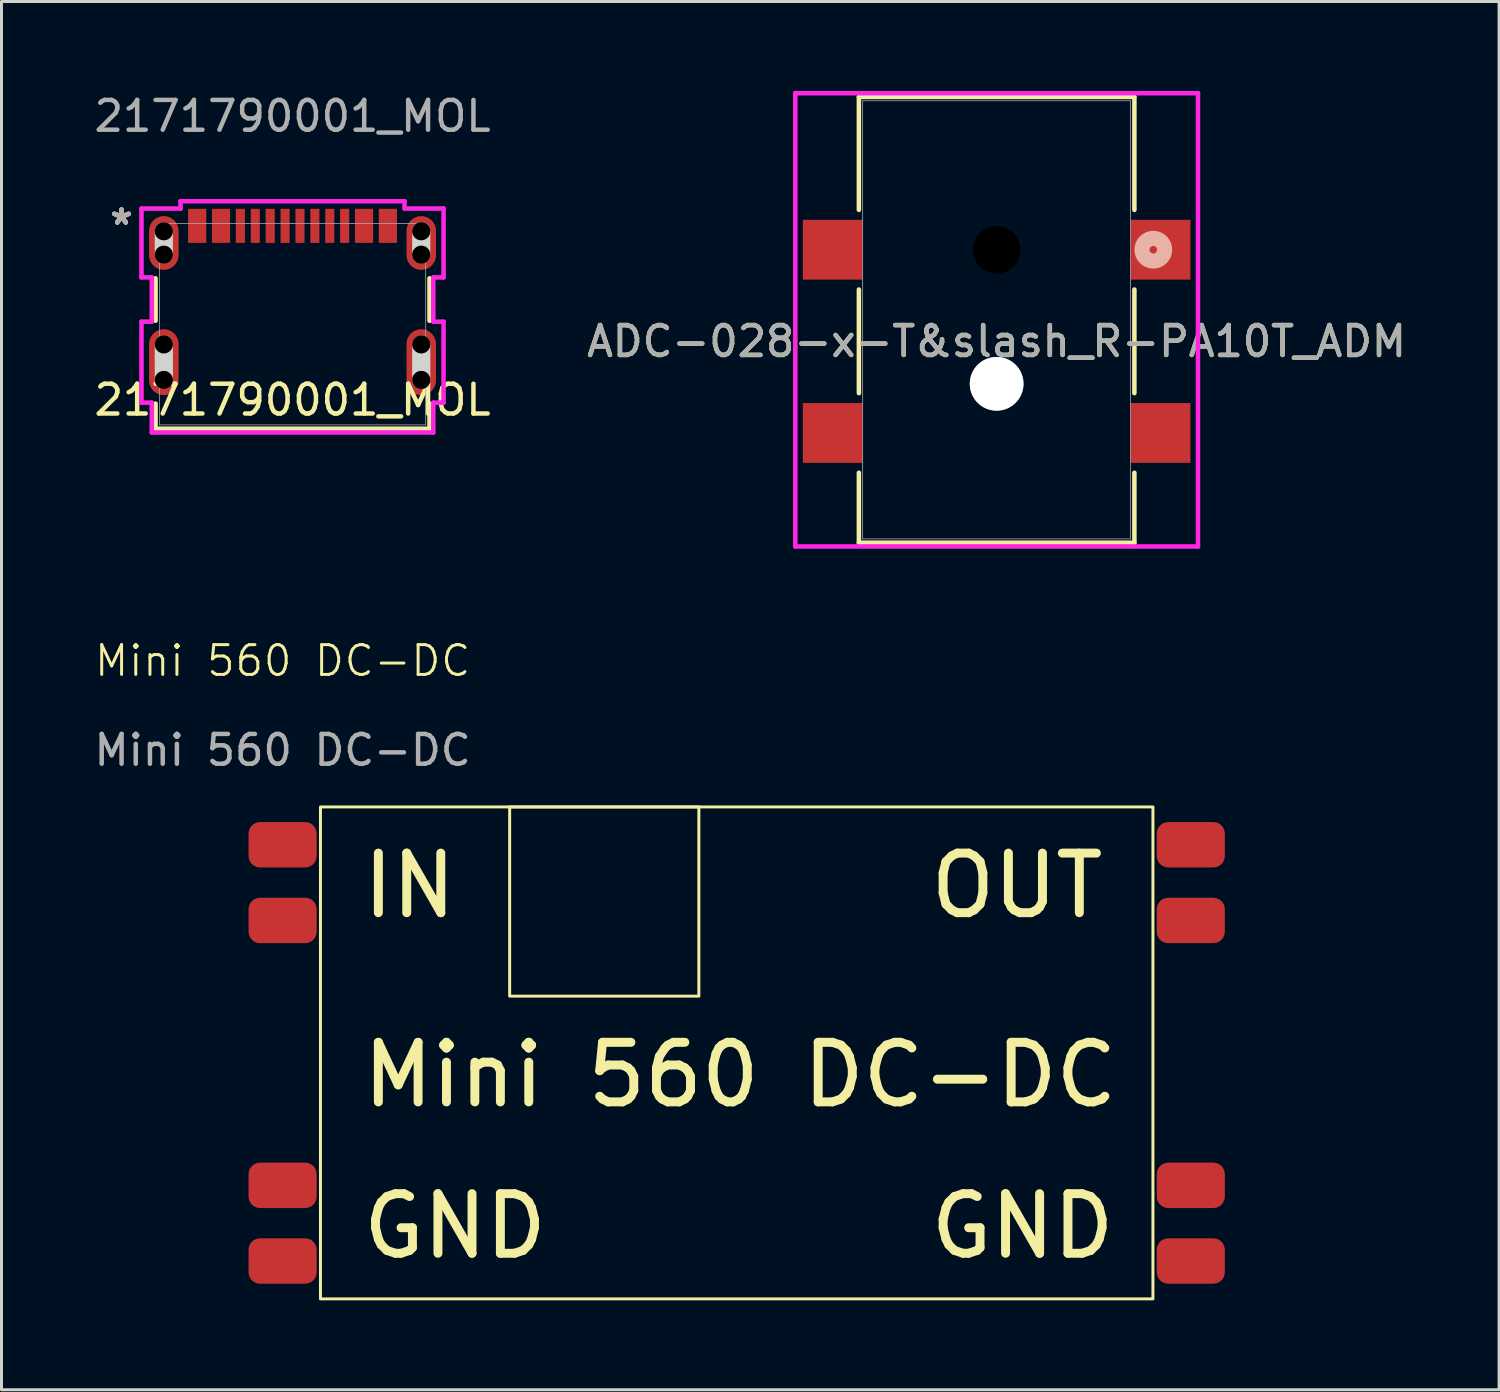
<source format=kicad_pcb>
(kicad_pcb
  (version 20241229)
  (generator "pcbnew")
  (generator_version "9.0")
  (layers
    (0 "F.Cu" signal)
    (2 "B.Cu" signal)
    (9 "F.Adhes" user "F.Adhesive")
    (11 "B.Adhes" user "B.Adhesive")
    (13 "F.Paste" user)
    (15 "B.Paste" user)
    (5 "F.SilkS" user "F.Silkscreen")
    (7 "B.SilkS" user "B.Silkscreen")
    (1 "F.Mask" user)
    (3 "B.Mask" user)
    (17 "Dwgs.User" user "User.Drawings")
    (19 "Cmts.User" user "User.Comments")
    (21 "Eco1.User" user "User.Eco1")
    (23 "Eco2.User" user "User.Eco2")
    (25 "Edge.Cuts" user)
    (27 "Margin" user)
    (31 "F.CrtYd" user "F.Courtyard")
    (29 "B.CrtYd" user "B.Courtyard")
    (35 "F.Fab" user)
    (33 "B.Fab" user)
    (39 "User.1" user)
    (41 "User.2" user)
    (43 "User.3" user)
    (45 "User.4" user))
  (footprint "Mini 560 DC-DC"
    (layer "F.Cu")
    (at 6.435 25.302)
    (property "Reference" "Mini 560 DC-DC" (at 0 -6.175 0) (unlocked yes) (layer "F.SilkS") (effects (font (size 1 1) (thickness 0.1))))
    (attr smd)
    (fp_rect (start 1.27 -1.27) (end 29.21 15.24) (stroke (width 0.1) (type default)) (fill no) (layer "F.SilkS"))
    (fp_rect (start 7.62 -1.27) (end 13.97 5.08) (stroke (width 0.1) (type default)) (fill no) (layer "F.SilkS"))
    (fp_text user "OUT" (at 21.59 2.54 0) (unlocked yes) (layer "F.SilkS") (effects (font (size 2 2) (thickness 0.3)) (justify left bottom)))
    (fp_text user "GND" (at 21.59 13.97 0) (unlocked yes) (layer "F.SilkS") (effects (font (size 2 2) (thickness 0.3)) (justify left bottom)))
    (fp_text user "IN" (at 2.54 2.54 0) (unlocked yes) (layer "F.SilkS") (effects (font (size 2 2) (thickness 0.3)) (justify left bottom)))
    (fp_text user "GND" (at 2.54 13.97 0) (unlocked yes) (layer "F.SilkS") (effects (font (size 2 2) (thickness 0.3)) (justify left bottom)))
    (fp_text user "Mini 560 DC-DC" (at 2.54 8.89 0) (unlocked yes) (layer "F.SilkS") (effects (font (size 2 2) (thickness 0.3)) (justify left bottom)))
    (fp_text user "${REFERENCE}" (at 0 -3.175 0) (unlocked yes) (layer "F.Fab") (effects (font (size 1 1) (thickness 0.15))))
    (pad "1" smd roundrect (at 0 0) (size 2.286 1.524) (layers "F.Cu" "F.Mask" "F.Paste") (roundrect_rratio 0.25))
    (pad "2" smd roundrect (at 0 2.54) (size 2.286 1.524) (layers "F.Cu" "F.Mask" "F.Paste") (roundrect_rratio 0.25))
    (pad "3" smd roundrect (at 0 11.43) (size 2.286 1.524) (layers "F.Cu" "F.Mask" "F.Paste") (roundrect_rratio 0.25))
    (pad "4" smd roundrect (at 0 13.97) (size 2.286 1.524) (layers "F.Cu" "F.Mask" "F.Paste") (roundrect_rratio 0.25))
    (pad "5" smd roundrect (at 30.48 13.97) (size 2.286 1.524) (layers "F.Cu" "F.Mask" "F.Paste") (roundrect_rratio 0.25))
    (pad "6" smd roundrect (at 30.48 11.43) (size 2.286 1.524) (layers "F.Cu" "F.Mask" "F.Paste") (roundrect_rratio 0.25))
    (pad "7" smd roundrect (at 30.48 2.54) (size 2.286 1.524) (layers "F.Cu" "F.Mask" "F.Paste") (roundrect_rratio 0.25))
    (pad "8" smd roundrect (at 30.48 0) (size 2.286 1.524) (layers "F.Cu" "F.Mask" "F.Paste") (roundrect_rratio 0.25)))
  (footprint "ADC-028-x-T&slash_R-PA10T_ADM"
    (layer "F.Cu")
    (at 30.399 7.684)
    (property "Reference" "ADC-028-x-T&slash_R-PA10T_ADM" (at 0 0.722 0) (unlocked yes) (layer "F.SilkS") (effects (font (size 1 1) (thickness 0.15))))
    (attr smd)
    (fp_line (start -4.623 -7.48) (end -4.623 -3.689) (stroke (width 0.152) (type solid)) (layer "F.SilkS"))
    (fp_line (start -4.623 -1.017) (end -4.623 2.461) (stroke (width 0.152) (type solid)) (layer "F.SilkS"))
    (fp_line (start -4.623 5.133) (end -4.623 7.48) (stroke (width 0.152) (type solid)) (layer "F.SilkS"))
    (fp_line (start -4.623 7.48) (end 4.623 7.48) (stroke (width 0.152) (type solid)) (layer "F.SilkS"))
    (fp_line (start 4.623 -7.48) (end -4.623 -7.48) (stroke (width 0.152) (type solid)) (layer "F.SilkS"))
    (fp_line (start 4.623 -3.689) (end 4.623 -7.48) (stroke (width 0.152) (type solid)) (layer "F.SilkS"))
    (fp_line (start 4.623 2.461) (end 4.623 -1.017) (stroke (width 0.152) (type solid)) (layer "F.SilkS"))
    (fp_line (start 4.623 7.48) (end 4.623 5.133) (stroke (width 0.152) (type solid)) (layer "F.SilkS"))
    (fp_circle (center 5.258 -2.353) (end 5.639 -2.353) (stroke (width 0.508) (type solid)) (fill no) (layer "B.SilkS"))
    (fp_line (start -6.757 -7.607) (end -6.757 7.607) (stroke (width 0.152) (type solid)) (layer "F.CrtYd"))
    (fp_line (start -6.757 7.607) (end 6.757 7.607) (stroke (width 0.152) (type solid)) (layer "F.CrtYd"))
    (fp_line (start 6.757 -7.607) (end -6.757 -7.607) (stroke (width 0.152) (type solid)) (layer "F.CrtYd"))
    (fp_line (start 6.757 7.607) (end 6.757 -7.607) (stroke (width 0.152) (type solid)) (layer "F.CrtYd"))
    (fp_line (start -4.496 -7.353) (end -4.496 7.353) (stroke (width 0.025) (type solid)) (layer "F.Fab"))
    (fp_line (start -4.496 7.353) (end 4.496 7.353) (stroke (width 0.025) (type solid)) (layer "F.Fab"))
    (fp_line (start 4.496 -7.353) (end -4.496 -7.353) (stroke (width 0.025) (type solid)) (layer "F.Fab"))
    (fp_line (start 4.496 7.353) (end 4.496 -7.353) (stroke (width 0.025) (type solid)) (layer "F.Fab"))
    (fp_text user "${REFERENCE}" (at 0 0.722 0) (unlocked yes) (layer "F.Fab") (effects (font (size 1 1) (thickness 0.15))))
    (pad "" np_thru_hole circle (at 0 -2.353) (size 1.6 1.6) (drill 1.6) (layers))
    (pad "1A" smd rect (at 5.5 -2.353) (size 2.007 2.007) (layers "F.Cu" "F.Mask" "F.Paste"))
    (pad "1B" smd rect (at 5.5 3.797) (size 2.007 2.007) (layers "F.Cu" "F.Mask" "F.Paste"))
    (pad "2" smd rect (at -5.5 -2.353) (size 2.007 2.007) (layers "F.Cu" "F.Mask" "F.Paste"))
    (pad "3" smd rect (at -5.5 3.797) (size 2.007 2.007) (layers "F.Cu" "F.Mask" "F.Paste"))
    (pad "M2" thru_hole circle (at 0 2.147) (size 1.803 1.803) (drill 1.803) (layers "*.Cu" "*.Mask")))
  (footprint "2171790001_MOL"
    (layer "F.Cu")
    (at 6.768 7.833)
    (property "Reference" "2171790001_MOL" (at 0 2.54 0) (unlocked yes) (layer "F.SilkS") (effects (font (size 1 1) (thickness 0.15))))
    (attr smd)
    (fp_line (start -4.597 -1.542) (end -4.597 -0.118) (stroke (width 0.152) (type solid)) (layer "F.SilkS"))
    (fp_line (start -4.597 2.662) (end -4.597 3.505) (stroke (width 0.152) (type solid)) (layer "F.SilkS"))
    (fp_line (start -4.597 3.505) (end 4.597 3.505) (stroke (width 0.152) (type solid)) (layer "F.SilkS"))
    (fp_line (start 4.597 -0.118) (end 4.597 -1.542) (stroke (width 0.152) (type solid)) (layer "F.SilkS"))
    (fp_line (start 4.597 3.505) (end 4.597 2.662) (stroke (width 0.152) (type solid)) (layer "F.SilkS"))
    (fp_line (start -4.32 -2.334) (end -4.32 -3.122) (stroke (width 0.61) (type solid)) (layer "Edge.Cuts"))
    (fp_line (start -4.32 1.869) (end -4.32 0.675) (stroke (width 0.61) (type solid)) (layer "Edge.Cuts"))
    (fp_line (start 4.32 -2.334) (end 4.32 -3.122) (stroke (width 0.61) (type solid)) (layer "Edge.Cuts"))
    (fp_line (start 4.32 1.869) (end 4.32 0.675) (stroke (width 0.61) (type solid)) (layer "Edge.Cuts"))
    (fp_line (start -5.069 -3.884) (end -5.069 -1.573) (stroke (width 0.152) (type solid)) (layer "F.CrtYd"))
    (fp_line (start -5.069 -1.573) (end -4.724 -1.573) (stroke (width 0.152) (type solid)) (layer "F.CrtYd"))
    (fp_line (start -5.069 -0.087) (end -5.069 2.631) (stroke (width 0.152) (type solid)) (layer "F.CrtYd"))
    (fp_line (start -5.069 2.631) (end -4.724 2.631) (stroke (width 0.152) (type solid)) (layer "F.CrtYd"))
    (fp_line (start -4.724 -1.573) (end -4.724 -0.087) (stroke (width 0.152) (type solid)) (layer "F.CrtYd"))
    (fp_line (start -4.724 -0.087) (end -5.069 -0.087) (stroke (width 0.152) (type solid)) (layer "F.CrtYd"))
    (fp_line (start -4.724 2.631) (end -4.724 3.632) (stroke (width 0.152) (type solid)) (layer "F.CrtYd"))
    (fp_line (start -4.724 3.632) (end 4.724 3.632) (stroke (width 0.152) (type solid)) (layer "F.CrtYd"))
    (fp_line (start -3.759 -4.129) (end -3.759 -3.884) (stroke (width 0.152) (type solid)) (layer "F.CrtYd"))
    (fp_line (start -3.759 -3.884) (end -5.069 -3.884) (stroke (width 0.152) (type solid)) (layer "F.CrtYd"))
    (fp_line (start 3.759 -4.129) (end -3.759 -4.129) (stroke (width 0.152) (type solid)) (layer "F.CrtYd"))
    (fp_line (start 3.759 -3.884) (end 3.759 -4.129) (stroke (width 0.152) (type solid)) (layer "F.CrtYd"))
    (fp_line (start 4.724 -1.573) (end 5.069 -1.573) (stroke (width 0.152) (type solid)) (layer "F.CrtYd"))
    (fp_line (start 4.724 -0.087) (end 4.724 -1.573) (stroke (width 0.152) (type solid)) (layer "F.CrtYd"))
    (fp_line (start 4.724 2.631) (end 5.069 2.631) (stroke (width 0.152) (type solid)) (layer "F.CrtYd"))
    (fp_line (start 4.724 3.632) (end 4.724 2.631) (stroke (width 0.152) (type solid)) (layer "F.CrtYd"))
    (fp_line (start 5.069 -3.884) (end 3.759 -3.884) (stroke (width 0.152) (type solid)) (layer "F.CrtYd"))
    (fp_line (start 5.069 -1.573) (end 5.069 -3.884) (stroke (width 0.152) (type solid)) (layer "F.CrtYd"))
    (fp_line (start 5.069 -0.087) (end 4.724 -0.087) (stroke (width 0.152) (type solid)) (layer "F.CrtYd"))
    (fp_line (start 5.069 2.631) (end 5.069 -0.087) (stroke (width 0.152) (type solid)) (layer "F.CrtYd"))
    (fp_line (start -4.47 -3.378) (end -4.47 3.378) (stroke (width 0.025) (type solid)) (layer "F.Fab"))
    (fp_line (start -4.47 3.378) (end 4.47 3.378) (stroke (width 0.025) (type solid)) (layer "F.Fab"))
    (fp_line (start 0 -3.378) (end 0 -3.378) (stroke (width 0.025) (type solid)) (layer "F.Fab"))
    (fp_line (start 0 -3.378) (end 0 -3.378) (stroke (width 0.025) (type solid)) (layer "F.Fab"))
    (fp_line (start 0 -3.378) (end 0 -3.378) (stroke (width 0.025) (type solid)) (layer "F.Fab"))
    (fp_line (start 0 -3.378) (end 0 -3.378) (stroke (width 0.025) (type solid)) (layer "F.Fab"))
    (fp_line (start 4.47 -3.378) (end -4.47 -3.378) (stroke (width 0.025) (type solid)) (layer "F.Fab"))
    (fp_line (start 4.47 3.378) (end 4.47 -3.378) (stroke (width 0.025) (type solid)) (layer "F.Fab"))
    (fp_text user "*" (at -5.74 -3.303 0) (unlocked yes) (layer "F.SilkS") (effects (font (size 1 1) (thickness 0.15))))
    (fp_text user "*" (at -5.74 -3.303 0) (layer "F.SilkS") (effects (font (size 1 1) (thickness 0.15))))
    (fp_text user "${REFERENCE}" (at 0 -6.985 0) (unlocked yes) (layer "F.Fab") (effects (font (size 1 1) (thickness 0.15))))
    (fp_text user "*" (at -5.74 -3.303 0) (unlocked yes) (layer "F.Fab") (effects (font (size 1 1) (thickness 0.15))))
    (fp_text user "*" (at -5.74 -3.303 0) (layer "F.Fab") (effects (font (size 1 1) (thickness 0.15))))
    (pad "" np_thru_hole circle (at -4.32 -3.122) (size 0.61 0.61) (drill 0.61) (layers))
    (pad "" np_thru_hole circle (at -4.32 -2.334) (size 0.61 0.61) (drill 0.61) (layers))
    (pad "" np_thru_hole circle (at -4.32 0.675) (size 0.61 0.61) (drill 0.61) (layers))
    (pad "" np_thru_hole circle (at -4.32 1.869) (size 0.61 0.61) (drill 0.61) (layers))
    (pad "" np_thru_hole circle (at 4.32 -3.122) (size 0.61 0.61) (drill 0.61) (layers))
    (pad "" np_thru_hole circle (at 4.32 -2.334) (size 0.61 0.61) (drill 0.61) (layers))
    (pad "" np_thru_hole circle (at 4.32 0.675) (size 0.61 0.61) (drill 0.61) (layers))
    (pad "" np_thru_hole circle (at 4.32 1.869) (size 0.61 0.61) (drill 0.61) (layers))
    (pad "13" smd oval (at -4.32 1.272) (size 0.991 2.21) (layers "F.Cu" "F.Mask" "F.Paste"))
    (pad "14" smd oval (at 4.32 1.272) (size 0.991 2.21) (layers "F.Cu" "F.Mask" "F.Paste"))
    (pad "15" smd oval (at -4.32 -2.728) (size 0.991 1.803) (layers "F.Cu" "F.Mask" "F.Paste"))
    (pad "16" smd oval (at 4.32 -2.728) (size 0.991 1.803) (layers "F.Cu" "F.Mask" "F.Paste"))
    (pad "A1/B12" smd rect (at -3.2 -3.303) (size 0.61 1.143) (layers "F.Cu" "F.Mask" "F.Paste"))
    (pad "A4/B9" smd rect (at -2.4 -3.303) (size 0.61 1.143) (layers "F.Cu" "F.Mask" "F.Paste"))
    (pad "A5" smd rect (at -1.25 -3.303) (size 0.305 1.143) (layers "F.Cu" "F.Mask" "F.Paste"))
    (pad "A6" smd rect (at -0.25 -3.303) (size 0.305 1.143) (layers "F.Cu" "F.Mask" "F.Paste"))
    (pad "A7" smd rect (at 0.25 -3.303) (size 0.305 1.143) (layers "F.Cu" "F.Mask" "F.Paste"))
    (pad "A8" smd rect (at 1.25 -3.303) (size 0.305 1.143) (layers "F.Cu" "F.Mask" "F.Paste"))
    (pad "B1/A12" smd rect (at 3.2 -3.303) (size 0.61 1.143) (layers "F.Cu" "F.Mask" "F.Paste"))
    (pad "B4/A9" smd rect (at 2.4 -3.303) (size 0.61 1.143) (layers "F.Cu" "F.Mask" "F.Paste"))
    (pad "B5" smd rect (at 1.75 -3.303) (size 0.305 1.143) (layers "F.Cu" "F.Mask" "F.Paste"))
    (pad "B6" smd rect (at 0.75 -3.303) (size 0.305 1.143) (layers "F.Cu" "F.Mask" "F.Paste"))
    (pad "B7" smd rect (at -0.75 -3.303) (size 0.305 1.143) (layers "F.Cu" "F.Mask" "F.Paste"))
    (pad "B8" smd rect (at -1.75 -3.303) (size 0.305 1.143) (layers "F.Cu" "F.Mask" "F.Paste")))
  (gr_rect
    (start -3 -3)
    (end 47.262 43.593)
    (stroke (width 0.1) (type default))
    (fill no)
    (layer "Edge.Cuts")))
</source>
